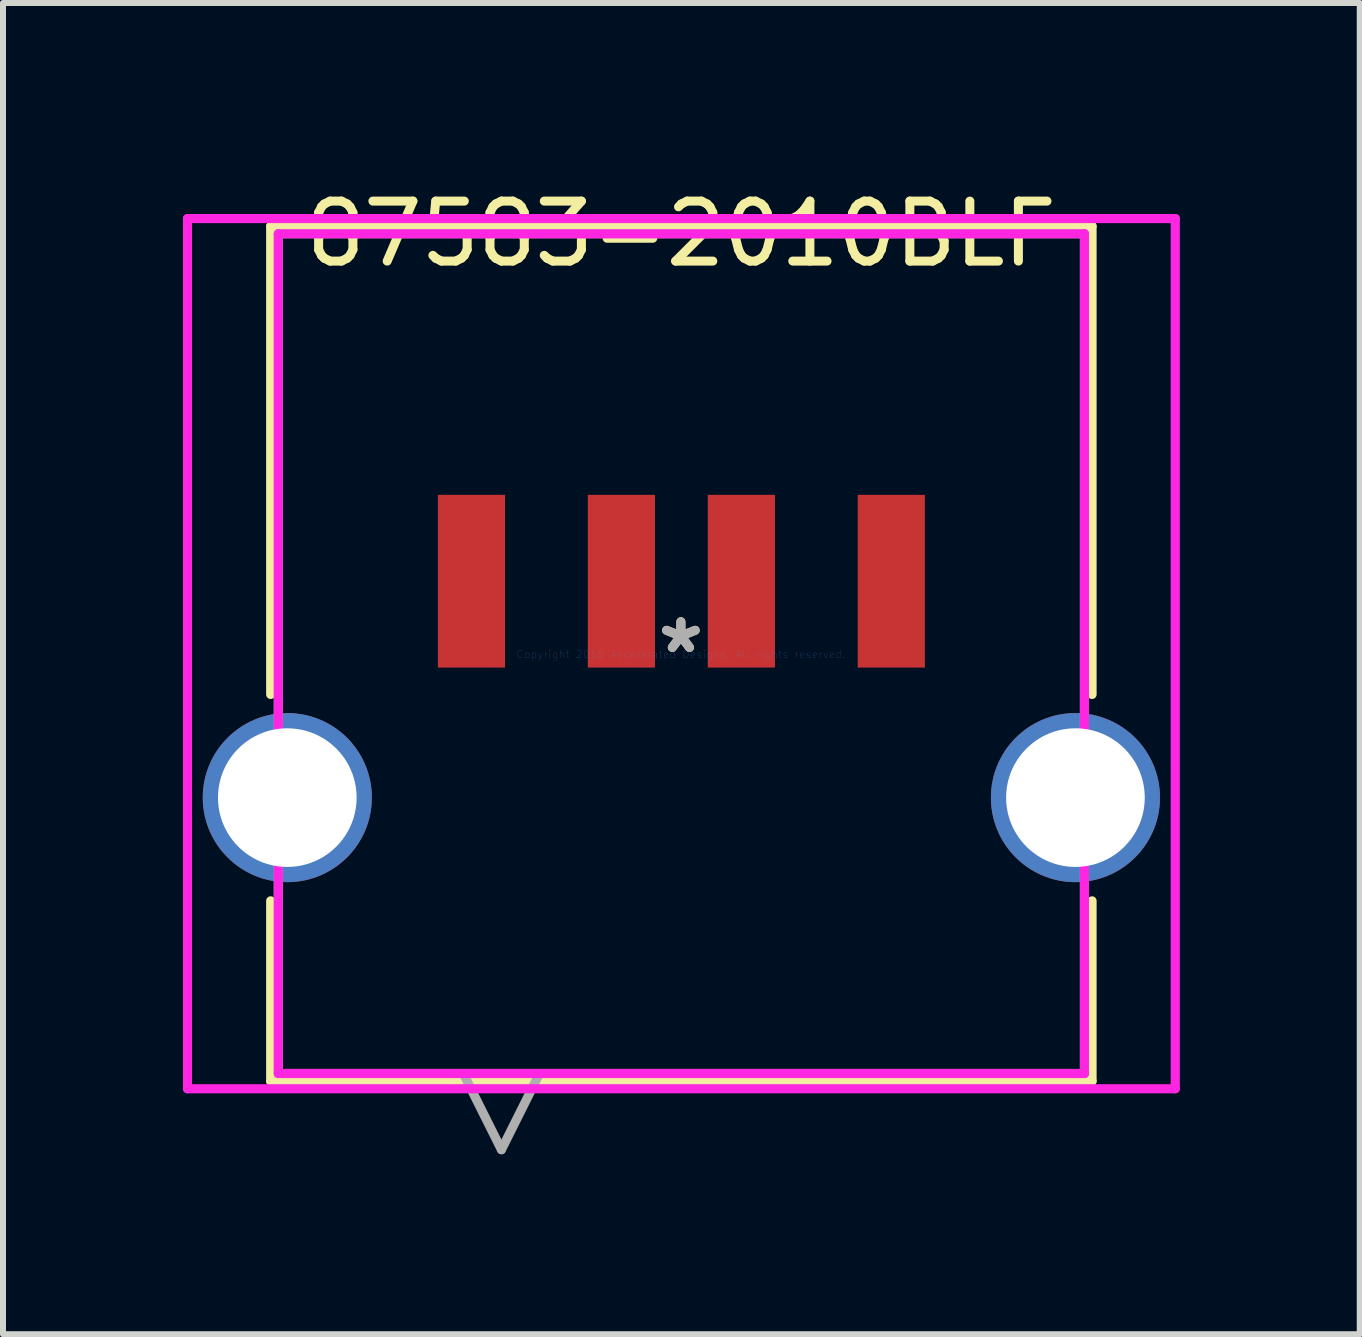
<source format=kicad_pcb>
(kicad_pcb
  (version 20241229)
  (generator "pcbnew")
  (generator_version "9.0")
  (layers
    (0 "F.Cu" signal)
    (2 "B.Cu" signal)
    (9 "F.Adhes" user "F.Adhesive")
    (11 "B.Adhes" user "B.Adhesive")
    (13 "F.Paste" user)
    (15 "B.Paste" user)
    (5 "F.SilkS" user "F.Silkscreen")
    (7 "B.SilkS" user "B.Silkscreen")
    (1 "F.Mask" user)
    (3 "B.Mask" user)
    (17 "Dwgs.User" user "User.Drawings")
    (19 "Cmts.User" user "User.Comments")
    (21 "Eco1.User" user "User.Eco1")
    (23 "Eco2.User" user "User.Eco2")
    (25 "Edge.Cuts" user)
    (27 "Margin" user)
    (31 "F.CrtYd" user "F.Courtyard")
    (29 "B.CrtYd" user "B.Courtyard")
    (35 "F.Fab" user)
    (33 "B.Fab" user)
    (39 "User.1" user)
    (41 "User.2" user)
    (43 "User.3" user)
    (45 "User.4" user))
  (footprint "87583-2010BLF"
    (layer "F.Cu")
    (at 8.302 7.861)
    (property "Reference" "87583-2010BLF" (at 0.008 -7.013 0) (layer "F.SilkS") (effects (font (size 1 1) (thickness 0.15))))
    (attr through_hole)
    (fp_line (start -6.839 -7.14) (end -6.839 0.667) (stroke (width 0.152) (type solid)) (layer "F.SilkS"))
    (fp_line (start -6.839 4.108) (end -6.839 7.114) (stroke (width 0.152) (type solid)) (layer "F.SilkS"))
    (fp_line (start -6.839 7.114) (end 6.855 7.114) (stroke (width 0.152) (type solid)) (layer "F.SilkS"))
    (fp_line (start 6.855 -7.14) (end -6.839 -7.14) (stroke (width 0.152) (type solid)) (layer "F.SilkS"))
    (fp_line (start 6.855 0.667) (end 6.855 -7.14) (stroke (width 0.152) (type solid)) (layer "F.SilkS"))
    (fp_line (start 6.855 7.114) (end 6.855 4.108) (stroke (width 0.152) (type solid)) (layer "F.SilkS"))
    (fp_line (start -8.226 -7.267) (end 8.242 -7.267) (stroke (width 0.152) (type solid)) (layer "F.CrtYd"))
    (fp_line (start -8.226 7.241) (end -8.226 -7.267) (stroke (width 0.152) (type solid)) (layer "F.CrtYd"))
    (fp_line (start -6.712 -7.013) (end 6.728 -7.013) (stroke (width 0.152) (type solid)) (layer "F.CrtYd"))
    (fp_line (start -6.712 6.987) (end -6.712 -7.013) (stroke (width 0.152) (type solid)) (layer "F.CrtYd"))
    (fp_line (start 6.728 -7.013) (end 6.728 6.987) (stroke (width 0.152) (type solid)) (layer "F.CrtYd"))
    (fp_line (start 6.728 6.987) (end -6.712 6.987) (stroke (width 0.152) (type solid)) (layer "F.CrtYd"))
    (fp_line (start 8.242 -7.267) (end 8.242 7.241) (stroke (width 0.152) (type solid)) (layer "F.CrtYd"))
    (fp_line (start 8.242 7.241) (end -8.226 7.241) (stroke (width 0.152) (type solid)) (layer "F.CrtYd"))
    (fp_line (start -6.712 -7.013) (end -6.712 6.987) (stroke (width 0.152) (type solid)) (layer "F.Fab"))
    (fp_line (start -6.712 6.987) (end 6.728 6.987) (stroke (width 0.152) (type solid)) (layer "F.Fab"))
    (fp_line (start -3.627 6.987) (end -2.992 8.257) (stroke (width 0.152) (type solid)) (layer "F.Fab"))
    (fp_line (start -2.357 6.987) (end -2.992 8.257) (stroke (width 0.152) (type solid)) (layer "F.Fab"))
    (fp_line (start 6.728 -7.013) (end -6.712 -7.013) (stroke (width 0.152) (type solid)) (layer "F.Fab"))
    (fp_line (start 6.728 6.987) (end 6.728 -7.013) (stroke (width 0.152) (type solid)) (layer "F.Fab"))
    (fp_text user "*" (at 0 0 0) (layer "F.SilkS") (effects (font (size 1 1) (thickness 0.15))))
    (fp_text user "Copyright 2016 Accelerated Designs. All rights reserved." (at 0 0 0) (layer "Cmts.User") (effects (font (size 0.127 0.127) (thickness 0.002))))
    (fp_text user "*" (at 0 0 0) (layer "F.Fab") (effects (font (size 1 1) (thickness 0.15))))
    (pad "1" smd rect (at -3.492 -1.221) (size 1.12 2.88) (layers "F.Cu" "F.Mask" "F.Paste"))
    (pad "2" smd rect (at -0.992 -1.221) (size 1.12 2.88) (layers "F.Cu" "F.Mask" "F.Paste"))
    (pad "3" smd rect (at 1.008 -1.221) (size 1.12 2.88) (layers "F.Cu" "F.Mask" "F.Paste"))
    (pad "4" smd rect (at 3.508 -1.221) (size 1.12 2.88) (layers "F.Cu" "F.Mask" "F.Paste"))
    (pad "5" thru_hole circle (at -6.562 2.387 90) (size 2.819 2.819) (drill 2.311) (layers "*.Cu" "*.Mask"))
    (pad "5" thru_hole circle (at 6.578 2.387 90) (size 2.819 2.819) (drill 2.311) (layers "*.Cu" "*.Mask")))
  (gr_rect
    (start -3 -3)
    (end 19.62 19.194)
    (stroke (width 0.1) (type default))
    (fill no)
    (layer "Edge.Cuts")))
</source>
